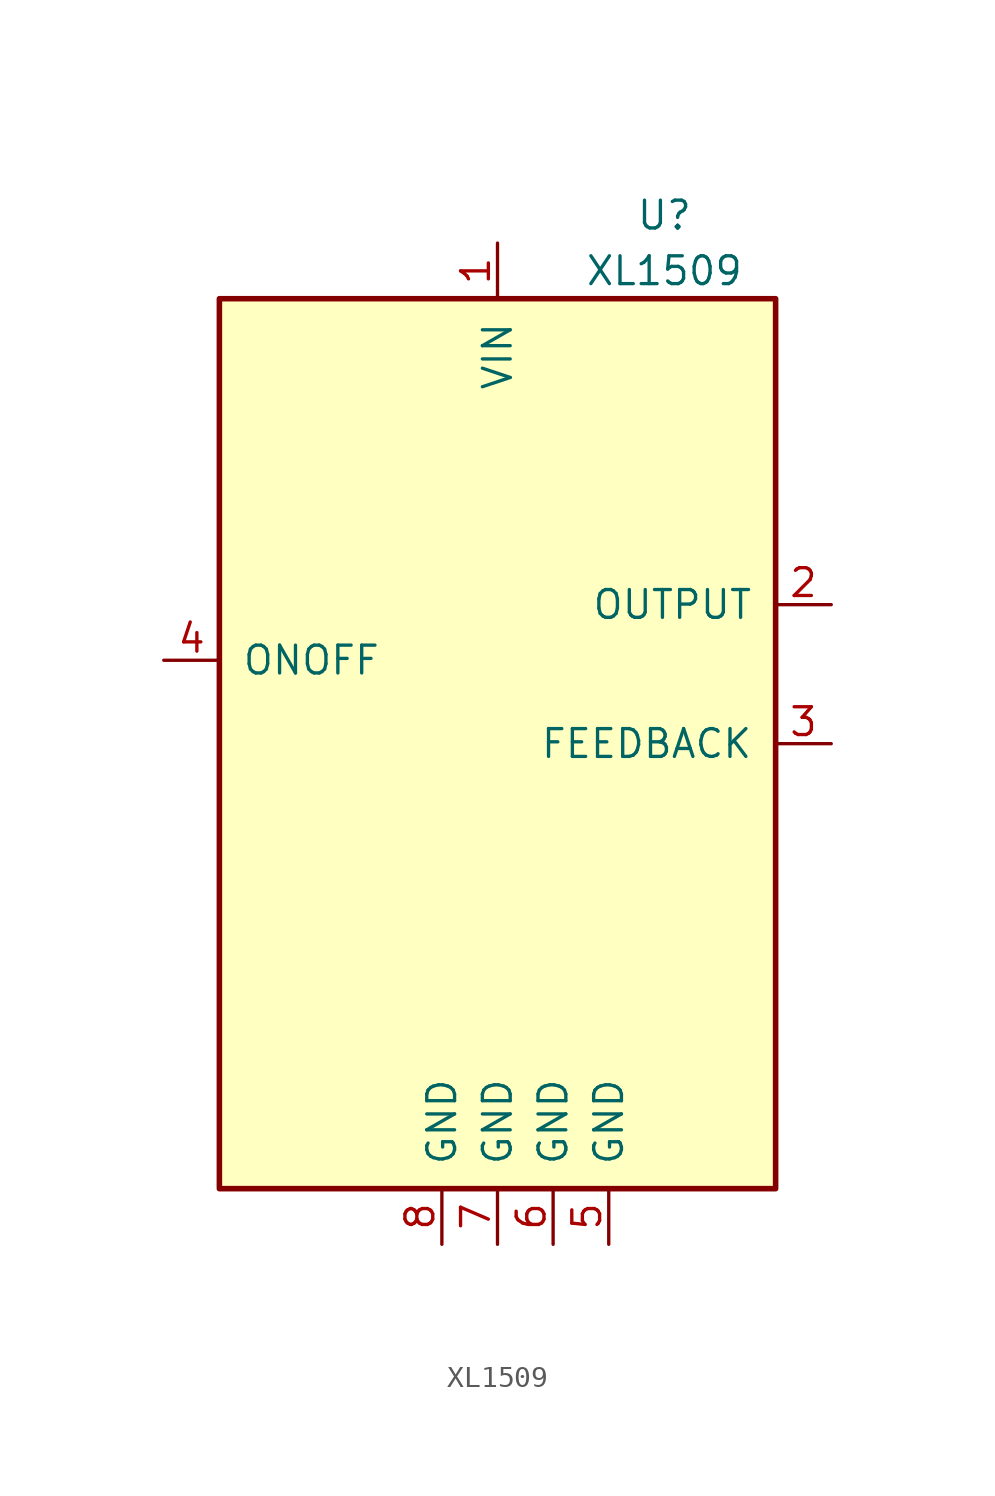
<source format=kicad_sym>
(kicad_symbol_lib
  (version 20210619)
  (generator kicad_symbol_editor)
  (symbol "bdregulator:XL1509"
    (pin_names
      (offset 1.016))
    (property "Reference" "U"
      (at 7.62 24.13 0)
      (effects (font (size 1.27 1.27))))
    (property "Value" "XL1509"
      (at 7.62 21.59 0)
      (effects (font (size 1.27 1.27))))
    (symbol "XL1509_0_1"
      (rectangle (start -12.7 20.32) (end 12.7 -20.32) (stroke (width 0.254)) (fill (type background))))
    (symbol "XL1509_1_1"
      (pin power_in line (at 0 22.86 270) (length 2.54) (name "VIN" (effects (font (size 1.27 1.27)))) (number "1" (effects (font (size 1.27 1.27)))))
      (pin output line (at 15.24 6.35 180) (length 2.54) (name "OUTPUT" (effects (font (size 1.27 1.27)))) (number "2" (effects (font (size 1.27 1.27)))))
      (pin input line (at 15.24 0 180) (length 2.54) (name "FEEDBACK" (effects (font (size 1.27 1.27)))) (number "3" (effects (font (size 1.27 1.27)))))
      (pin input line (at -15.24 3.81 0) (length 2.54) (name "ONOFF" (effects (font (size 1.27 1.27)))) (number "4" (effects (font (size 1.27 1.27)))))
      (pin power_in line (at 5.08 -22.86 90) (length 2.54) (name "GND" (effects (font (size 1.27 1.27)))) (number "5" (effects (font (size 1.27 1.27)))))
      (pin power_in line (at 2.54 -22.86 90) (length 2.54) (name "GND" (effects (font (size 1.27 1.27)))) (number "6" (effects (font (size 1.27 1.27)))))
      (pin power_in line (at 0 -22.86 90) (length 2.54) (name "GND" (effects (font (size 1.27 1.27)))) (number "7" (effects (font (size 1.27 1.27)))))
      (pin power_in line (at -2.54 -22.86 90) (length 2.54) (name "GND" (effects (font (size 1.27 1.27)))) (number "8" (effects (font (size 1.27 1.27))))))))
</source>
